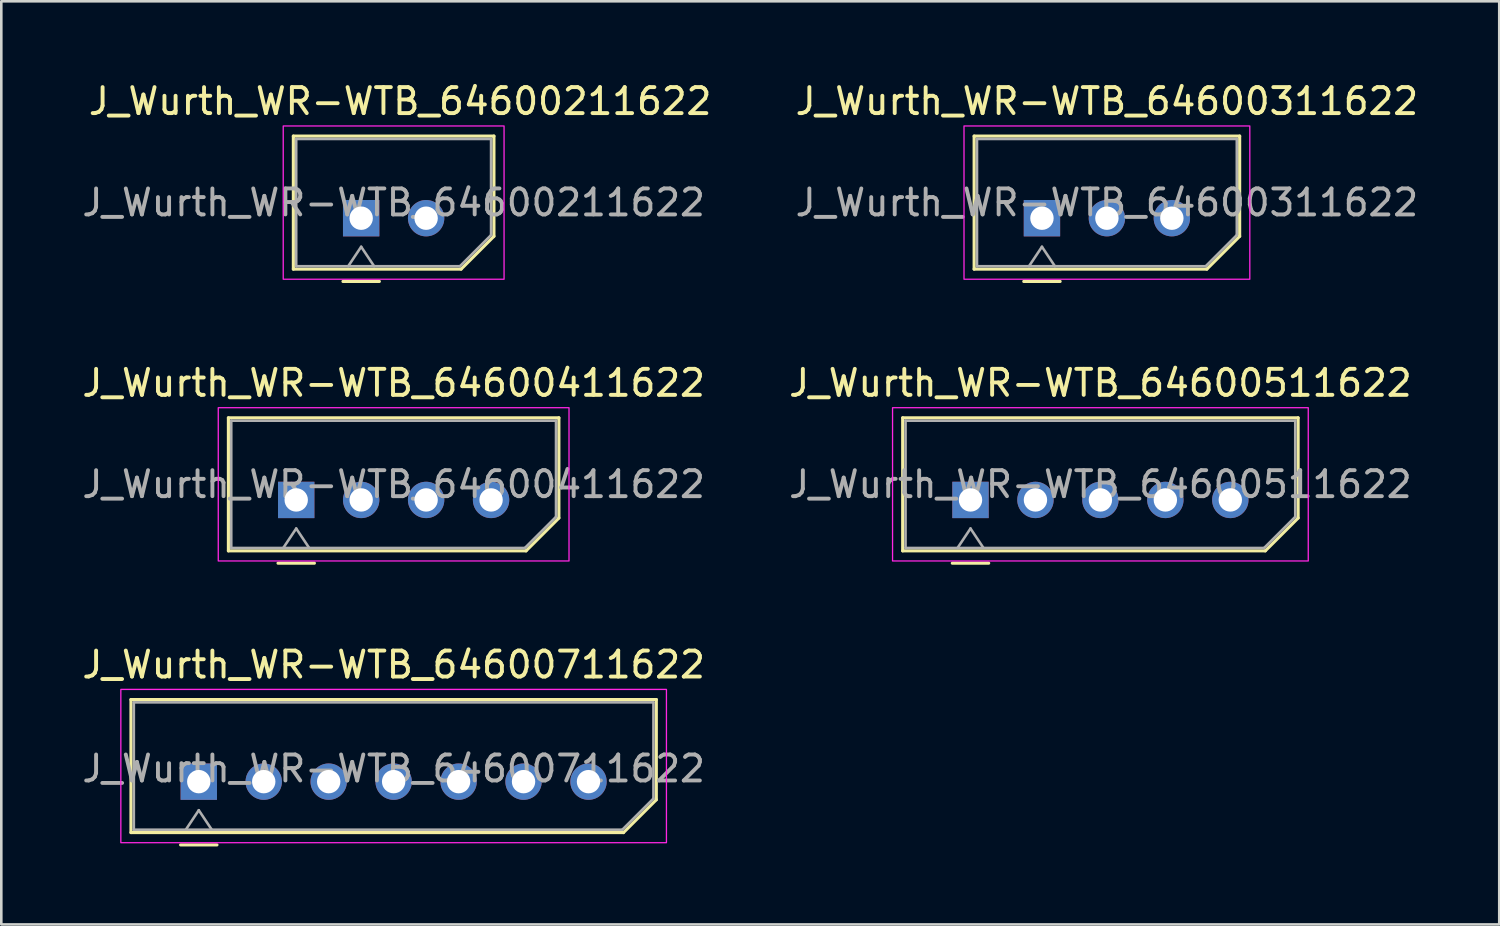
<source format=kicad_pcb>
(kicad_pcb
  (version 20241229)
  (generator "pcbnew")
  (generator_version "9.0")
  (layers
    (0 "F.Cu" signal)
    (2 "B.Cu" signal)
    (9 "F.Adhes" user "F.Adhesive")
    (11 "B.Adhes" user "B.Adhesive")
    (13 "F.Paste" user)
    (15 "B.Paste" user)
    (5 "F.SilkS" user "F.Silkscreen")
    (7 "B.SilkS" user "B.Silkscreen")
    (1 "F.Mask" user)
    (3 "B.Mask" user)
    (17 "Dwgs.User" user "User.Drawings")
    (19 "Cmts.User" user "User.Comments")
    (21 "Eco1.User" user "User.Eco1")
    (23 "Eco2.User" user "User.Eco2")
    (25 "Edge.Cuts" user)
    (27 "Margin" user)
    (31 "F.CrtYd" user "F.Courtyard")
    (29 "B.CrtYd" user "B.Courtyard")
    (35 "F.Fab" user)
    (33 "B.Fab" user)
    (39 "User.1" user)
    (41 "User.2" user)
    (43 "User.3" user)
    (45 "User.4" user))
  (footprint "J_Wurth_WR-WTB_64600211622"
    (layer "F.Cu")
    (at 10.851 5.348)
    (property "Reference" "J_Wurth_WR-WTB_64600211622" (at 1.5 -4.5 0) (unlocked yes) (layer "F.SilkS") (effects (font (size 1 1) (thickness 0.15))))
    (attr through_hole)
    (fp_line (start -2.61 -3.16) (end 5.11 -3.16) (stroke (width 0.12) (type default)) (layer "F.SilkS"))
    (fp_line (start -2.61 1.96) (end -2.61 -3.16) (stroke (width 0.12) (type default)) (layer "F.SilkS"))
    (fp_line (start -0.7 2.435) (end 0.7 2.435) (stroke (width 0.12) (type solid)) (layer "F.SilkS"))
    (fp_line (start 3.846 1.96) (end -2.61 1.96) (stroke (width 0.12) (type default)) (layer "F.SilkS"))
    (fp_line (start 3.846 1.96) (end 5.11 0.696) (stroke (width 0.12) (type default)) (layer "F.SilkS"))
    (fp_line (start 5.11 -3.16) (end 5.11 0.696) (stroke (width 0.12) (type default)) (layer "F.SilkS"))
    (fp_rect (start -3 -3.55) (end 5.5 2.35) (stroke (width 0.05) (type default)) (fill no) (layer "F.CrtYd"))
    (fp_line (start -2.5 -3.05) (end 5 -3.05) (stroke (width 0.1) (type default)) (layer "F.Fab"))
    (fp_line (start -2.5 1.85) (end -2.5 -3.05) (stroke (width 0.1) (type default)) (layer "F.Fab"))
    (fp_line (start 0 1.1) (end -0.5 1.85) (stroke (width 0.1) (type solid)) (layer "F.Fab"))
    (fp_line (start 0 1.1) (end 0.5 1.85) (stroke (width 0.1) (type solid)) (layer "F.Fab"))
    (fp_line (start 3.8 1.85) (end -2.5 1.85) (stroke (width 0.1) (type solid)) (layer "F.Fab"))
    (fp_line (start 3.8 1.85) (end 5 0.65) (stroke (width 0.1) (type default)) (layer "F.Fab"))
    (fp_line (start 5 -3.05) (end 5 0.65) (stroke (width 0.1) (type solid)) (layer "F.Fab"))
    (fp_text user "${REFERENCE}" (at 1.25 -0.6 0) (unlocked yes) (layer "F.Fab") (effects (font (size 1 1) (thickness 0.15))))
    (pad "1" thru_hole rect (at 0 0 180) (size 1.4 1.4) (drill 0.9) (layers "*.Cu" "*.Mask"))
    (pad "2" thru_hole circle (at 2.5 0 180) (size 1.4 1.4) (drill 0.9) (layers "*.Cu" "*.Mask")))
  (footprint "J_Wurth_WR-WTB_64600411622"
    (layer "F.Cu")
    (at 8.351 16.192)
    (property "Reference" "J_Wurth_WR-WTB_64600411622" (at 3.75 -4.5 0) (unlocked yes) (layer "F.SilkS") (effects (font (size 1 1) (thickness 0.15))))
    (attr through_hole)
    (fp_line (start -2.61 -3.16) (end 10.11 -3.16) (stroke (width 0.12) (type default)) (layer "F.SilkS"))
    (fp_line (start -2.61 1.96) (end -2.61 -3.16) (stroke (width 0.12) (type default)) (layer "F.SilkS"))
    (fp_line (start -0.7 2.435) (end 0.7 2.435) (stroke (width 0.12) (type solid)) (layer "F.SilkS"))
    (fp_line (start 8.846 1.96) (end -2.61 1.96) (stroke (width 0.12) (type default)) (layer "F.SilkS"))
    (fp_line (start 8.846 1.96) (end 10.11 0.696) (stroke (width 0.12) (type default)) (layer "F.SilkS"))
    (fp_line (start 10.11 -3.16) (end 10.11 0.696) (stroke (width 0.12) (type default)) (layer "F.SilkS"))
    (fp_rect (start -3 -3.55) (end 10.5 2.35) (stroke (width 0.05) (type solid)) (fill no) (layer "F.CrtYd"))
    (fp_line (start -2.5 -3.05) (end 10 -3.05) (stroke (width 0.1) (type default)) (layer "F.Fab"))
    (fp_line (start -2.5 1.85) (end -2.5 -3.05) (stroke (width 0.1) (type default)) (layer "F.Fab"))
    (fp_line (start 0 1.1) (end -0.5 1.85) (stroke (width 0.1) (type solid)) (layer "F.Fab"))
    (fp_line (start 0 1.1) (end 0.5 1.85) (stroke (width 0.1) (type solid)) (layer "F.Fab"))
    (fp_line (start 8.8 1.85) (end -2.5 1.85) (stroke (width 0.1) (type solid)) (layer "F.Fab"))
    (fp_line (start 8.8 1.85) (end 10 0.65) (stroke (width 0.1) (type default)) (layer "F.Fab"))
    (fp_line (start 10 -3.05) (end 10 0.65) (stroke (width 0.1) (type solid)) (layer "F.Fab"))
    (fp_text user "${REFERENCE}" (at 3.75 -0.6 0) (unlocked yes) (layer "F.Fab") (effects (font (size 1 1) (thickness 0.15))))
    (pad "1" thru_hole rect (at 0 0 180) (size 1.4 1.4) (drill 0.9) (layers "*.Cu" "*.Mask"))
    (pad "2" thru_hole circle (at 2.5 0 180) (size 1.4 1.4) (drill 0.9) (layers "*.Cu" "*.Mask"))
    (pad "3" thru_hole circle (at 5 0 180) (size 1.4 1.4) (drill 0.9) (layers "*.Cu" "*.Mask"))
    (pad "4" thru_hole circle (at 7.5 0 180) (size 1.4 1.4) (drill 0.9) (layers "*.Cu" "*.Mask")))
  (footprint "J_Wurth_WR-WTB_64600311622"
    (layer "F.Cu")
    (at 37.054 5.348)
    (property "Reference" "J_Wurth_WR-WTB_64600311622" (at 2.5 -4.5 0) (unlocked yes) (layer "F.SilkS") (effects (font (size 1 1) (thickness 0.15))))
    (attr through_hole)
    (fp_line (start -2.61 -3.16) (end 7.61 -3.16) (stroke (width 0.12) (type default)) (layer "F.SilkS"))
    (fp_line (start -2.61 1.96) (end -2.61 -3.16) (stroke (width 0.12) (type default)) (layer "F.SilkS"))
    (fp_line (start -0.7 2.435) (end 0.7 2.435) (stroke (width 0.12) (type solid)) (layer "F.SilkS"))
    (fp_line (start 6.346 1.96) (end -2.61 1.96) (stroke (width 0.12) (type default)) (layer "F.SilkS"))
    (fp_line (start 6.346 1.96) (end 7.61 0.696) (stroke (width 0.12) (type default)) (layer "F.SilkS"))
    (fp_line (start 7.61 -3.16) (end 7.61 0.696) (stroke (width 0.12) (type default)) (layer "F.SilkS"))
    (fp_rect (start -3 -3.55) (end 8 2.35) (stroke (width 0.05) (type solid)) (fill no) (layer "F.CrtYd"))
    (fp_line (start -2.5 -3.05) (end 7.5 -3.05) (stroke (width 0.1) (type default)) (layer "F.Fab"))
    (fp_line (start -2.5 1.85) (end -2.5 -3.05) (stroke (width 0.1) (type default)) (layer "F.Fab"))
    (fp_line (start 0 1.1) (end -0.5 1.85) (stroke (width 0.1) (type solid)) (layer "F.Fab"))
    (fp_line (start 0 1.1) (end 0.5 1.85) (stroke (width 0.1) (type solid)) (layer "F.Fab"))
    (fp_line (start 6.3 1.85) (end -2.5 1.85) (stroke (width 0.1) (type solid)) (layer "F.Fab"))
    (fp_line (start 6.3 1.85) (end 7.5 0.65) (stroke (width 0.1) (type default)) (layer "F.Fab"))
    (fp_line (start 7.5 -3.05) (end 7.5 0.65) (stroke (width 0.1) (type solid)) (layer "F.Fab"))
    (fp_text user "${REFERENCE}" (at 2.5 -0.6 0) (unlocked yes) (layer "F.Fab") (effects (font (size 1 1) (thickness 0.15))))
    (pad "1" thru_hole rect (at 0 0 180) (size 1.4 1.4) (drill 0.9) (layers "*.Cu" "*.Mask"))
    (pad "2" thru_hole circle (at 2.5 0 180) (size 1.4 1.4) (drill 0.9) (layers "*.Cu" "*.Mask"))
    (pad "3" thru_hole circle (at 5 0 180) (size 1.4 1.4) (drill 0.9) (layers "*.Cu" "*.Mask")))
  (footprint "J_Wurth_WR-WTB_64600711622"
    (layer "F.Cu")
    (at 4.601 27.035)
    (property "Reference" "J_Wurth_WR-WTB_64600711622" (at 7.5 -4.5 0) (unlocked yes) (layer "F.SilkS") (effects (font (size 1 1) (thickness 0.15))))
    (attr through_hole)
    (fp_line (start -2.61 -3.16) (end 17.61 -3.16) (stroke (width 0.12) (type default)) (layer "F.SilkS"))
    (fp_line (start -2.61 1.96) (end -2.61 -3.16) (stroke (width 0.12) (type default)) (layer "F.SilkS"))
    (fp_line (start -0.7 2.435) (end 0.7 2.435) (stroke (width 0.12) (type solid)) (layer "F.SilkS"))
    (fp_line (start 16.346 1.96) (end -2.61 1.96) (stroke (width 0.12) (type default)) (layer "F.SilkS"))
    (fp_line (start 16.346 1.96) (end 17.61 0.696) (stroke (width 0.12) (type default)) (layer "F.SilkS"))
    (fp_line (start 17.61 -3.16) (end 17.61 0.696) (stroke (width 0.12) (type default)) (layer "F.SilkS"))
    (fp_rect (start -3 -3.55) (end 18 2.35) (stroke (width 0.05) (type solid)) (fill no) (layer "F.CrtYd"))
    (fp_line (start -2.5 -3.05) (end 17.5 -3.05) (stroke (width 0.1) (type default)) (layer "F.Fab"))
    (fp_line (start -2.5 1.85) (end -2.5 -3.05) (stroke (width 0.1) (type default)) (layer "F.Fab"))
    (fp_line (start 0 1.1) (end -0.5 1.85) (stroke (width 0.1) (type solid)) (layer "F.Fab"))
    (fp_line (start 0 1.1) (end 0.5 1.85) (stroke (width 0.1) (type solid)) (layer "F.Fab"))
    (fp_line (start 16.3 1.85) (end -2.5 1.85) (stroke (width 0.1) (type solid)) (layer "F.Fab"))
    (fp_line (start 16.3 1.85) (end 17.5 0.65) (stroke (width 0.1) (type default)) (layer "F.Fab"))
    (fp_line (start 17.5 -3.05) (end 17.5 0.65) (stroke (width 0.1) (type solid)) (layer "F.Fab"))
    (fp_text user "${REFERENCE}" (at 7.5 -0.5 0) (unlocked yes) (layer "F.Fab") (effects (font (size 1 1) (thickness 0.15))))
    (pad "1" thru_hole rect (at 0 0 180) (size 1.4 1.4) (drill 0.9) (layers "*.Cu" "*.Mask"))
    (pad "2" thru_hole circle (at 2.5 0 180) (size 1.4 1.4) (drill 0.9) (layers "*.Cu" "*.Mask"))
    (pad "3" thru_hole circle (at 5 0 180) (size 1.4 1.4) (drill 0.9) (layers "*.Cu" "*.Mask"))
    (pad "4" thru_hole circle (at 7.5 0 180) (size 1.4 1.4) (drill 0.9) (layers "*.Cu" "*.Mask"))
    (pad "5" thru_hole circle (at 10 0 180) (size 1.4 1.4) (drill 0.9) (layers "*.Cu" "*.Mask"))
    (pad "6" thru_hole circle (at 12.5 0 180) (size 1.4 1.4) (drill 0.9) (layers "*.Cu" "*.Mask"))
    (pad "7" thru_hole circle (at 15 0 180) (size 1.4 1.4) (drill 0.9) (layers "*.Cu" "*.Mask")))
  (footprint "J_Wurth_WR-WTB_64600511622"
    (layer "F.Cu")
    (at 34.304 16.192)
    (property "Reference" "J_Wurth_WR-WTB_64600511622" (at 5 -4.5 0) (unlocked yes) (layer "F.SilkS") (effects (font (size 1 1) (thickness 0.15))))
    (attr through_hole)
    (fp_line (start -2.61 -3.16) (end 12.61 -3.16) (stroke (width 0.12) (type default)) (layer "F.SilkS"))
    (fp_line (start -2.61 1.96) (end -2.61 -3.16) (stroke (width 0.12) (type default)) (layer "F.SilkS"))
    (fp_line (start -0.7 2.435) (end 0.7 2.435) (stroke (width 0.12) (type solid)) (layer "F.SilkS"))
    (fp_line (start 11.346 1.96) (end -2.61 1.96) (stroke (width 0.12) (type default)) (layer "F.SilkS"))
    (fp_line (start 11.346 1.96) (end 12.61 0.696) (stroke (width 0.12) (type default)) (layer "F.SilkS"))
    (fp_line (start 12.61 -3.16) (end 12.61 0.696) (stroke (width 0.12) (type default)) (layer "F.SilkS"))
    (fp_rect (start -3 -3.55) (end 13 2.35) (stroke (width 0.05) (type solid)) (fill no) (layer "F.CrtYd"))
    (fp_line (start -2.5 -3.05) (end 12.5 -3.05) (stroke (width 0.1) (type default)) (layer "F.Fab"))
    (fp_line (start -2.5 1.85) (end -2.5 -3.05) (stroke (width 0.1) (type default)) (layer "F.Fab"))
    (fp_line (start 0 1.1) (end -0.5 1.85) (stroke (width 0.1) (type solid)) (layer "F.Fab"))
    (fp_line (start 0 1.1) (end 0.5 1.85) (stroke (width 0.1) (type solid)) (layer "F.Fab"))
    (fp_line (start 11.3 1.85) (end -2.5 1.85) (stroke (width 0.1) (type solid)) (layer "F.Fab"))
    (fp_line (start 11.3 1.85) (end 12.5 0.65) (stroke (width 0.1) (type default)) (layer "F.Fab"))
    (fp_line (start 12.5 -3.05) (end 12.5 0.65) (stroke (width 0.1) (type solid)) (layer "F.Fab"))
    (fp_text user "${REFERENCE}" (at 5 -0.6 0) (unlocked yes) (layer "F.Fab") (effects (font (size 1 1) (thickness 0.15))))
    (pad "1" thru_hole rect (at 0 0 180) (size 1.4 1.4) (drill 0.9) (layers "*.Cu" "*.Mask"))
    (pad "2" thru_hole circle (at 2.5 0 180) (size 1.4 1.4) (drill 0.9) (layers "*.Cu" "*.Mask"))
    (pad "3" thru_hole circle (at 5 0 180) (size 1.4 1.4) (drill 0.9) (layers "*.Cu" "*.Mask"))
    (pad "4" thru_hole circle (at 7.5 0 180) (size 1.4 1.4) (drill 0.9) (layers "*.Cu" "*.Mask"))
    (pad "5" thru_hole circle (at 10 0 180) (size 1.4 1.4) (drill 0.9) (layers "*.Cu" "*.Mask")))
  (gr_rect
    (start -3 -3)
    (end 54.655 32.53)
    (stroke (width 0.1) (type default))
    (fill no)
    (layer "Edge.Cuts")))
</source>
